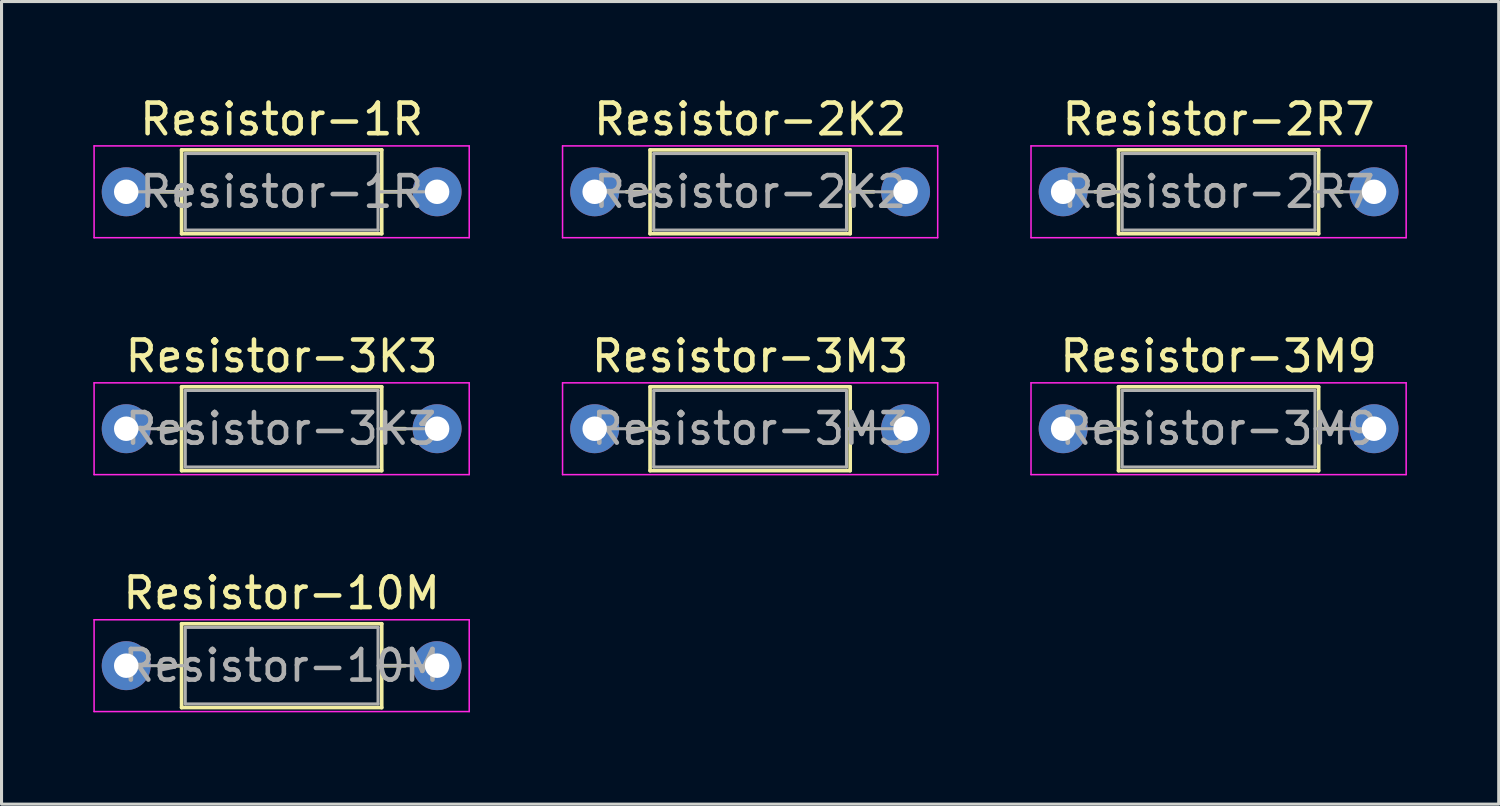
<source format=kicad_pcb>
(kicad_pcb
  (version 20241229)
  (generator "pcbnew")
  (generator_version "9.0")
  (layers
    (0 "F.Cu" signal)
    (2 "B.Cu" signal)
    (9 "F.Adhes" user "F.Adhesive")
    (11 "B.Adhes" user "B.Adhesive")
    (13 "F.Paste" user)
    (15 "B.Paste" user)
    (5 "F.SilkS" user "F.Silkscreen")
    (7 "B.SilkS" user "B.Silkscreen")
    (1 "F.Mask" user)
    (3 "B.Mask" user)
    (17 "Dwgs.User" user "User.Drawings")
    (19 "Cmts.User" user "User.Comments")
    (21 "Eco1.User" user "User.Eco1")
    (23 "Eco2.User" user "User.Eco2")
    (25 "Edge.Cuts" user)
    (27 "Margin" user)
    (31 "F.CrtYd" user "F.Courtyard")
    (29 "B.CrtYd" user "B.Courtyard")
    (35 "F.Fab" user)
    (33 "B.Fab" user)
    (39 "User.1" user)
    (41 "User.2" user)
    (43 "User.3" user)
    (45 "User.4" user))
  (footprint "Resistor-3M3"
    (layer "F.Cu")
    (at 21.465 10.961)
    (property "Reference" "Resistor-3M3" (at 0 -2.37 0) (layer "F.SilkS") (effects (font (size 1 1) (thickness 0.15))))
    (attr through_hole)
    (fp_line (start -4.04 0) (end -3.27 0) (stroke (width 0.12) (type solid)) (layer "F.SilkS"))
    (fp_line (start -3.27 -1.37) (end -3.27 1.37) (stroke (width 0.12) (type solid)) (layer "F.SilkS"))
    (fp_line (start -3.27 1.37) (end 3.27 1.37) (stroke (width 0.12) (type solid)) (layer "F.SilkS"))
    (fp_line (start 3.27 -1.37) (end -3.27 -1.37) (stroke (width 0.12) (type solid)) (layer "F.SilkS"))
    (fp_line (start 3.27 1.37) (end 3.27 -1.37) (stroke (width 0.12) (type solid)) (layer "F.SilkS"))
    (fp_line (start 4.04 0) (end 3.27 0) (stroke (width 0.12) (type solid)) (layer "F.SilkS"))
    (fp_line (start -6.13 -1.5) (end -6.13 1.5) (stroke (width 0.05) (type solid)) (layer "F.CrtYd"))
    (fp_line (start -6.13 1.5) (end 6.13 1.5) (stroke (width 0.05) (type solid)) (layer "F.CrtYd"))
    (fp_line (start 6.13 -1.5) (end -6.13 -1.5) (stroke (width 0.05) (type solid)) (layer "F.CrtYd"))
    (fp_line (start 6.13 1.5) (end 6.13 -1.5) (stroke (width 0.05) (type solid)) (layer "F.CrtYd"))
    (fp_line (start -5.08 0) (end -3.15 0) (stroke (width 0.1) (type solid)) (layer "F.Fab"))
    (fp_line (start -3.15 -1.25) (end -3.15 1.25) (stroke (width 0.1) (type solid)) (layer "F.Fab"))
    (fp_line (start -3.15 1.25) (end 3.15 1.25) (stroke (width 0.1) (type solid)) (layer "F.Fab"))
    (fp_line (start 3.15 -1.25) (end -3.15 -1.25) (stroke (width 0.1) (type solid)) (layer "F.Fab"))
    (fp_line (start 3.15 1.25) (end 3.15 -1.25) (stroke (width 0.1) (type solid)) (layer "F.Fab"))
    (fp_line (start 5.08 0) (end 3.15 0) (stroke (width 0.1) (type solid)) (layer "F.Fab"))
    (fp_text user "${REFERENCE}" (at 0 0 0) (layer "F.Fab") (effects (font (size 1 1) (thickness 0.15))))
    (pad "1" thru_hole circle (at -5.08 0) (size 1.6 1.6) (drill 0.8) (layers "*.Cu" "*.Mask"))
    (pad "2" thru_hole oval (at 5.08 0) (size 1.6 1.6) (drill 0.8) (layers "*.Cu" "*.Mask")))
  (footprint "Resistor-10M"
    (layer "F.Cu")
    (at 6.155 18.705)
    (property "Reference" "Resistor-10M" (at 0 -2.37 0) (layer "F.SilkS") (effects (font (size 1 1) (thickness 0.15))))
    (attr through_hole)
    (fp_line (start -4.04 0) (end -3.27 0) (stroke (width 0.12) (type solid)) (layer "F.SilkS"))
    (fp_line (start -3.27 -1.37) (end -3.27 1.37) (stroke (width 0.12) (type solid)) (layer "F.SilkS"))
    (fp_line (start -3.27 1.37) (end 3.27 1.37) (stroke (width 0.12) (type solid)) (layer "F.SilkS"))
    (fp_line (start 3.27 -1.37) (end -3.27 -1.37) (stroke (width 0.12) (type solid)) (layer "F.SilkS"))
    (fp_line (start 3.27 1.37) (end 3.27 -1.37) (stroke (width 0.12) (type solid)) (layer "F.SilkS"))
    (fp_line (start 4.04 0) (end 3.27 0) (stroke (width 0.12) (type solid)) (layer "F.SilkS"))
    (fp_line (start -6.13 -1.5) (end -6.13 1.5) (stroke (width 0.05) (type solid)) (layer "F.CrtYd"))
    (fp_line (start -6.13 1.5) (end 6.13 1.5) (stroke (width 0.05) (type solid)) (layer "F.CrtYd"))
    (fp_line (start 6.13 -1.5) (end -6.13 -1.5) (stroke (width 0.05) (type solid)) (layer "F.CrtYd"))
    (fp_line (start 6.13 1.5) (end 6.13 -1.5) (stroke (width 0.05) (type solid)) (layer "F.CrtYd"))
    (fp_line (start -5.08 0) (end -3.15 0) (stroke (width 0.1) (type solid)) (layer "F.Fab"))
    (fp_line (start -3.15 -1.25) (end -3.15 1.25) (stroke (width 0.1) (type solid)) (layer "F.Fab"))
    (fp_line (start -3.15 1.25) (end 3.15 1.25) (stroke (width 0.1) (type solid)) (layer "F.Fab"))
    (fp_line (start 3.15 -1.25) (end -3.15 -1.25) (stroke (width 0.1) (type solid)) (layer "F.Fab"))
    (fp_line (start 3.15 1.25) (end 3.15 -1.25) (stroke (width 0.1) (type solid)) (layer "F.Fab"))
    (fp_line (start 5.08 0) (end 3.15 0) (stroke (width 0.1) (type solid)) (layer "F.Fab"))
    (fp_text user "${REFERENCE}" (at 0 0 0) (layer "F.Fab") (effects (font (size 1 1) (thickness 0.15))))
    (pad "1" thru_hole circle (at -5.08 0) (size 1.6 1.6) (drill 0.8) (layers "*.Cu" "*.Mask"))
    (pad "2" thru_hole oval (at 5.08 0) (size 1.6 1.6) (drill 0.8) (layers "*.Cu" "*.Mask")))
  (footprint "Resistor-1R"
    (layer "F.Cu")
    (at 6.155 3.218)
    (property "Reference" "Resistor-1R" (at 0 -2.37 0) (layer "F.SilkS") (effects (font (size 1 1) (thickness 0.15))))
    (attr through_hole)
    (fp_line (start -4.04 0) (end -3.27 0) (stroke (width 0.12) (type solid)) (layer "F.SilkS"))
    (fp_line (start -3.27 -1.37) (end -3.27 1.37) (stroke (width 0.12) (type solid)) (layer "F.SilkS"))
    (fp_line (start -3.27 1.37) (end 3.27 1.37) (stroke (width 0.12) (type solid)) (layer "F.SilkS"))
    (fp_line (start 3.27 -1.37) (end -3.27 -1.37) (stroke (width 0.12) (type solid)) (layer "F.SilkS"))
    (fp_line (start 3.27 1.37) (end 3.27 -1.37) (stroke (width 0.12) (type solid)) (layer "F.SilkS"))
    (fp_line (start 4.04 0) (end 3.27 0) (stroke (width 0.12) (type solid)) (layer "F.SilkS"))
    (fp_line (start -6.13 -1.5) (end -6.13 1.5) (stroke (width 0.05) (type solid)) (layer "F.CrtYd"))
    (fp_line (start -6.13 1.5) (end 6.13 1.5) (stroke (width 0.05) (type solid)) (layer "F.CrtYd"))
    (fp_line (start 6.13 -1.5) (end -6.13 -1.5) (stroke (width 0.05) (type solid)) (layer "F.CrtYd"))
    (fp_line (start 6.13 1.5) (end 6.13 -1.5) (stroke (width 0.05) (type solid)) (layer "F.CrtYd"))
    (fp_line (start -5.08 0) (end -3.15 0) (stroke (width 0.1) (type solid)) (layer "F.Fab"))
    (fp_line (start -3.15 -1.25) (end -3.15 1.25) (stroke (width 0.1) (type solid)) (layer "F.Fab"))
    (fp_line (start -3.15 1.25) (end 3.15 1.25) (stroke (width 0.1) (type solid)) (layer "F.Fab"))
    (fp_line (start 3.15 -1.25) (end -3.15 -1.25) (stroke (width 0.1) (type solid)) (layer "F.Fab"))
    (fp_line (start 3.15 1.25) (end 3.15 -1.25) (stroke (width 0.1) (type solid)) (layer "F.Fab"))
    (fp_line (start 5.08 0) (end 3.15 0) (stroke (width 0.1) (type solid)) (layer "F.Fab"))
    (fp_text user "${REFERENCE}" (at 0 0 0) (layer "F.Fab") (effects (font (size 1 1) (thickness 0.15))))
    (pad "1" thru_hole circle (at -5.08 0) (size 1.6 1.6) (drill 0.8) (layers "*.Cu" "*.Mask"))
    (pad "2" thru_hole oval (at 5.08 0) (size 1.6 1.6) (drill 0.8) (layers "*.Cu" "*.Mask")))
  (footprint "Resistor-2K2"
    (layer "F.Cu")
    (at 21.465 3.218)
    (property "Reference" "Resistor-2K2" (at 0 -2.37 0) (layer "F.SilkS") (effects (font (size 1 1) (thickness 0.15))))
    (attr through_hole)
    (fp_line (start -4.04 0) (end -3.27 0) (stroke (width 0.12) (type solid)) (layer "F.SilkS"))
    (fp_line (start -3.27 -1.37) (end -3.27 1.37) (stroke (width 0.12) (type solid)) (layer "F.SilkS"))
    (fp_line (start -3.27 1.37) (end 3.27 1.37) (stroke (width 0.12) (type solid)) (layer "F.SilkS"))
    (fp_line (start 3.27 -1.37) (end -3.27 -1.37) (stroke (width 0.12) (type solid)) (layer "F.SilkS"))
    (fp_line (start 3.27 1.37) (end 3.27 -1.37) (stroke (width 0.12) (type solid)) (layer "F.SilkS"))
    (fp_line (start 4.04 0) (end 3.27 0) (stroke (width 0.12) (type solid)) (layer "F.SilkS"))
    (fp_line (start -6.13 -1.5) (end -6.13 1.5) (stroke (width 0.05) (type solid)) (layer "F.CrtYd"))
    (fp_line (start -6.13 1.5) (end 6.13 1.5) (stroke (width 0.05) (type solid)) (layer "F.CrtYd"))
    (fp_line (start 6.13 -1.5) (end -6.13 -1.5) (stroke (width 0.05) (type solid)) (layer "F.CrtYd"))
    (fp_line (start 6.13 1.5) (end 6.13 -1.5) (stroke (width 0.05) (type solid)) (layer "F.CrtYd"))
    (fp_line (start -5.08 0) (end -3.15 0) (stroke (width 0.1) (type solid)) (layer "F.Fab"))
    (fp_line (start -3.15 -1.25) (end -3.15 1.25) (stroke (width 0.1) (type solid)) (layer "F.Fab"))
    (fp_line (start -3.15 1.25) (end 3.15 1.25) (stroke (width 0.1) (type solid)) (layer "F.Fab"))
    (fp_line (start 3.15 -1.25) (end -3.15 -1.25) (stroke (width 0.1) (type solid)) (layer "F.Fab"))
    (fp_line (start 3.15 1.25) (end 3.15 -1.25) (stroke (width 0.1) (type solid)) (layer "F.Fab"))
    (fp_line (start 5.08 0) (end 3.15 0) (stroke (width 0.1) (type solid)) (layer "F.Fab"))
    (fp_text user "${REFERENCE}" (at 0 0 0) (layer "F.Fab") (effects (font (size 1 1) (thickness 0.15))))
    (pad "1" thru_hole circle (at -5.08 0) (size 1.6 1.6) (drill 0.8) (layers "*.Cu" "*.Mask"))
    (pad "2" thru_hole oval (at 5.08 0) (size 1.6 1.6) (drill 0.8) (layers "*.Cu" "*.Mask")))
  (footprint "Resistor-3M9"
    (layer "F.Cu")
    (at 36.775 10.961)
    (property "Reference" "Resistor-3M9" (at 0 -2.37 0) (layer "F.SilkS") (effects (font (size 1 1) (thickness 0.15))))
    (attr through_hole)
    (fp_line (start -4.04 0) (end -3.27 0) (stroke (width 0.12) (type solid)) (layer "F.SilkS"))
    (fp_line (start -3.27 -1.37) (end -3.27 1.37) (stroke (width 0.12) (type solid)) (layer "F.SilkS"))
    (fp_line (start -3.27 1.37) (end 3.27 1.37) (stroke (width 0.12) (type solid)) (layer "F.SilkS"))
    (fp_line (start 3.27 -1.37) (end -3.27 -1.37) (stroke (width 0.12) (type solid)) (layer "F.SilkS"))
    (fp_line (start 3.27 1.37) (end 3.27 -1.37) (stroke (width 0.12) (type solid)) (layer "F.SilkS"))
    (fp_line (start 4.04 0) (end 3.27 0) (stroke (width 0.12) (type solid)) (layer "F.SilkS"))
    (fp_line (start -6.13 -1.5) (end -6.13 1.5) (stroke (width 0.05) (type solid)) (layer "F.CrtYd"))
    (fp_line (start -6.13 1.5) (end 6.13 1.5) (stroke (width 0.05) (type solid)) (layer "F.CrtYd"))
    (fp_line (start 6.13 -1.5) (end -6.13 -1.5) (stroke (width 0.05) (type solid)) (layer "F.CrtYd"))
    (fp_line (start 6.13 1.5) (end 6.13 -1.5) (stroke (width 0.05) (type solid)) (layer "F.CrtYd"))
    (fp_line (start -5.08 0) (end -3.15 0) (stroke (width 0.1) (type solid)) (layer "F.Fab"))
    (fp_line (start -3.15 -1.25) (end -3.15 1.25) (stroke (width 0.1) (type solid)) (layer "F.Fab"))
    (fp_line (start -3.15 1.25) (end 3.15 1.25) (stroke (width 0.1) (type solid)) (layer "F.Fab"))
    (fp_line (start 3.15 -1.25) (end -3.15 -1.25) (stroke (width 0.1) (type solid)) (layer "F.Fab"))
    (fp_line (start 3.15 1.25) (end 3.15 -1.25) (stroke (width 0.1) (type solid)) (layer "F.Fab"))
    (fp_line (start 5.08 0) (end 3.15 0) (stroke (width 0.1) (type solid)) (layer "F.Fab"))
    (fp_text user "${REFERENCE}" (at 0 0 0) (layer "F.Fab") (effects (font (size 1 1) (thickness 0.15))))
    (pad "1" thru_hole circle (at -5.08 0) (size 1.6 1.6) (drill 0.8) (layers "*.Cu" "*.Mask"))
    (pad "2" thru_hole oval (at 5.08 0) (size 1.6 1.6) (drill 0.8) (layers "*.Cu" "*.Mask")))
  (footprint "Resistor-3K3"
    (layer "F.Cu")
    (at 6.155 10.961)
    (property "Reference" "Resistor-3K3" (at 0 -2.37 0) (layer "F.SilkS") (effects (font (size 1 1) (thickness 0.15))))
    (attr through_hole)
    (fp_line (start -4.04 0) (end -3.27 0) (stroke (width 0.12) (type solid)) (layer "F.SilkS"))
    (fp_line (start -3.27 -1.37) (end -3.27 1.37) (stroke (width 0.12) (type solid)) (layer "F.SilkS"))
    (fp_line (start -3.27 1.37) (end 3.27 1.37) (stroke (width 0.12) (type solid)) (layer "F.SilkS"))
    (fp_line (start 3.27 -1.37) (end -3.27 -1.37) (stroke (width 0.12) (type solid)) (layer "F.SilkS"))
    (fp_line (start 3.27 1.37) (end 3.27 -1.37) (stroke (width 0.12) (type solid)) (layer "F.SilkS"))
    (fp_line (start 4.04 0) (end 3.27 0) (stroke (width 0.12) (type solid)) (layer "F.SilkS"))
    (fp_line (start -6.13 -1.5) (end -6.13 1.5) (stroke (width 0.05) (type solid)) (layer "F.CrtYd"))
    (fp_line (start -6.13 1.5) (end 6.13 1.5) (stroke (width 0.05) (type solid)) (layer "F.CrtYd"))
    (fp_line (start 6.13 -1.5) (end -6.13 -1.5) (stroke (width 0.05) (type solid)) (layer "F.CrtYd"))
    (fp_line (start 6.13 1.5) (end 6.13 -1.5) (stroke (width 0.05) (type solid)) (layer "F.CrtYd"))
    (fp_line (start -5.08 0) (end -3.15 0) (stroke (width 0.1) (type solid)) (layer "F.Fab"))
    (fp_line (start -3.15 -1.25) (end -3.15 1.25) (stroke (width 0.1) (type solid)) (layer "F.Fab"))
    (fp_line (start -3.15 1.25) (end 3.15 1.25) (stroke (width 0.1) (type solid)) (layer "F.Fab"))
    (fp_line (start 3.15 -1.25) (end -3.15 -1.25) (stroke (width 0.1) (type solid)) (layer "F.Fab"))
    (fp_line (start 3.15 1.25) (end 3.15 -1.25) (stroke (width 0.1) (type solid)) (layer "F.Fab"))
    (fp_line (start 5.08 0) (end 3.15 0) (stroke (width 0.1) (type solid)) (layer "F.Fab"))
    (fp_text user "${REFERENCE}" (at 0 0 0) (layer "F.Fab") (effects (font (size 1 1) (thickness 0.15))))
    (pad "1" thru_hole circle (at -5.08 0) (size 1.6 1.6) (drill 0.8) (layers "*.Cu" "*.Mask"))
    (pad "2" thru_hole oval (at 5.08 0) (size 1.6 1.6) (drill 0.8) (layers "*.Cu" "*.Mask")))
  (footprint "Resistor-2R7"
    (layer "F.Cu")
    (at 36.775 3.218)
    (property "Reference" "Resistor-2R7" (at 0 -2.37 0) (layer "F.SilkS") (effects (font (size 1 1) (thickness 0.15))))
    (attr through_hole)
    (fp_line (start -4.04 0) (end -3.27 0) (stroke (width 0.12) (type solid)) (layer "F.SilkS"))
    (fp_line (start -3.27 -1.37) (end -3.27 1.37) (stroke (width 0.12) (type solid)) (layer "F.SilkS"))
    (fp_line (start -3.27 1.37) (end 3.27 1.37) (stroke (width 0.12) (type solid)) (layer "F.SilkS"))
    (fp_line (start 3.27 -1.37) (end -3.27 -1.37) (stroke (width 0.12) (type solid)) (layer "F.SilkS"))
    (fp_line (start 3.27 1.37) (end 3.27 -1.37) (stroke (width 0.12) (type solid)) (layer "F.SilkS"))
    (fp_line (start 4.04 0) (end 3.27 0) (stroke (width 0.12) (type solid)) (layer "F.SilkS"))
    (fp_line (start -6.13 -1.5) (end -6.13 1.5) (stroke (width 0.05) (type solid)) (layer "F.CrtYd"))
    (fp_line (start -6.13 1.5) (end 6.13 1.5) (stroke (width 0.05) (type solid)) (layer "F.CrtYd"))
    (fp_line (start 6.13 -1.5) (end -6.13 -1.5) (stroke (width 0.05) (type solid)) (layer "F.CrtYd"))
    (fp_line (start 6.13 1.5) (end 6.13 -1.5) (stroke (width 0.05) (type solid)) (layer "F.CrtYd"))
    (fp_line (start -5.08 0) (end -3.15 0) (stroke (width 0.1) (type solid)) (layer "F.Fab"))
    (fp_line (start -3.15 -1.25) (end -3.15 1.25) (stroke (width 0.1) (type solid)) (layer "F.Fab"))
    (fp_line (start -3.15 1.25) (end 3.15 1.25) (stroke (width 0.1) (type solid)) (layer "F.Fab"))
    (fp_line (start 3.15 -1.25) (end -3.15 -1.25) (stroke (width 0.1) (type solid)) (layer "F.Fab"))
    (fp_line (start 3.15 1.25) (end 3.15 -1.25) (stroke (width 0.1) (type solid)) (layer "F.Fab"))
    (fp_line (start 5.08 0) (end 3.15 0) (stroke (width 0.1) (type solid)) (layer "F.Fab"))
    (fp_text user "${REFERENCE}" (at 0 0 0) (layer "F.Fab") (effects (font (size 1 1) (thickness 0.15))))
    (pad "1" thru_hole circle (at -5.08 0) (size 1.6 1.6) (drill 0.8) (layers "*.Cu" "*.Mask"))
    (pad "2" thru_hole oval (at 5.08 0) (size 1.6 1.6) (drill 0.8) (layers "*.Cu" "*.Mask")))
  (gr_rect
    (start -3 -3)
    (end 45.93 23.23)
    (stroke (width 0.1) (type default))
    (fill no)
    (layer "Edge.Cuts")))
</source>
